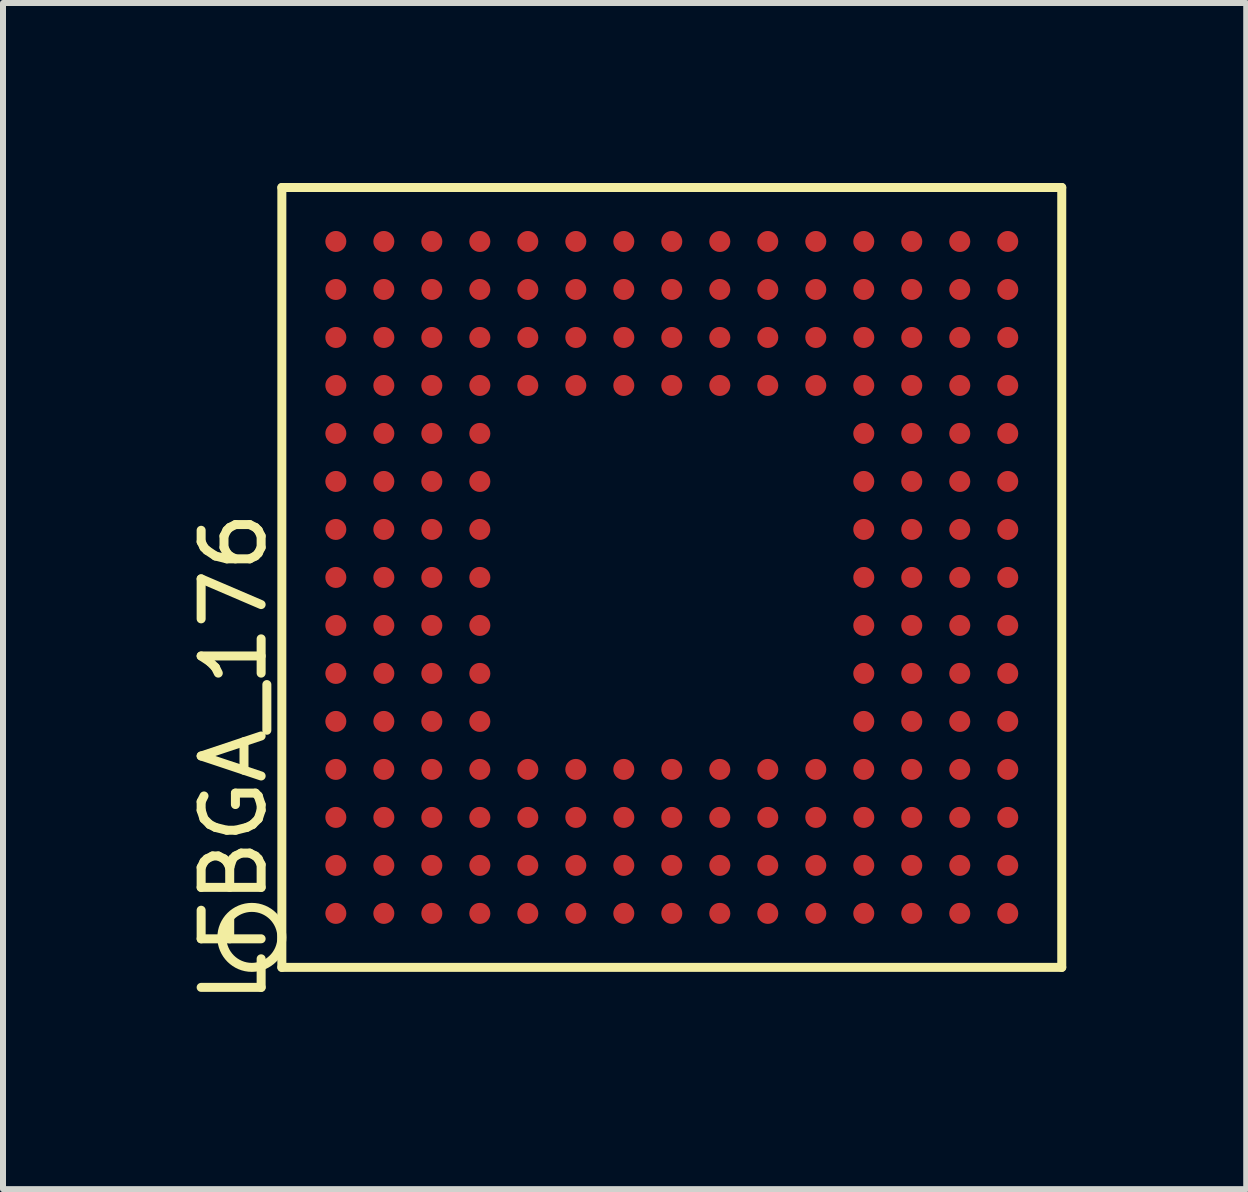
<source format=kicad_pcb>
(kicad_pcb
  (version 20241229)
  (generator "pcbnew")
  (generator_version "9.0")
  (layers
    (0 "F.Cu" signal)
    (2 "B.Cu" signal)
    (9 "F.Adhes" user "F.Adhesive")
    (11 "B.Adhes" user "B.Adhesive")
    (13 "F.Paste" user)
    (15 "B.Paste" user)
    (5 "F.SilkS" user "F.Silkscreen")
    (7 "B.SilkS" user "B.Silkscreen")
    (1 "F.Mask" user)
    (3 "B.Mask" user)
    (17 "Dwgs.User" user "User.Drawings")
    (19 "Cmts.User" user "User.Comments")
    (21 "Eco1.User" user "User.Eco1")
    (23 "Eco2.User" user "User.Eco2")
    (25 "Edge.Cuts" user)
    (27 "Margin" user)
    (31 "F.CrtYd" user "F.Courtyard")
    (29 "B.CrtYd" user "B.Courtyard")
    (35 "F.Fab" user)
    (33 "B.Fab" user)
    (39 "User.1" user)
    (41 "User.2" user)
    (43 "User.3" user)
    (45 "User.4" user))
  (footprint "LFBGA_176"
    (layer "F.Cu")
    (at 8.148 6.575)
    (property "Reference" "LFBGA_176" (at -7.3 3 90) (layer "F.SilkS") (effects (font (size 1 1) (thickness 0.15))))
    (attr through_hole)
    (fp_line (start -6.5 -6.5) (end 6.5 -6.5) (stroke (width 0.15) (type solid)) (layer "F.SilkS"))
    (fp_line (start -6.5 6.5) (end -6.5 -6.5) (stroke (width 0.15) (type solid)) (layer "F.SilkS"))
    (fp_line (start 6.5 -6.5) (end 6.5 6.5) (stroke (width 0.15) (type solid)) (layer "F.SilkS"))
    (fp_line (start 6.5 6.5) (end -6.5 6.5) (stroke (width 0.15) (type solid)) (layer "F.SilkS"))
    (fp_circle (center -7 6) (end -6.5 6) (stroke (width 0.15) (type solid)) (fill no) (layer "F.SilkS"))
    (pad "A1" smd circle (at -5.6 5.6 180) (size 0.35 0.35) (layers "F.Cu" "F.Mask" "F.Paste"))
    (pad "A2" smd circle (at -5.6 4.8 180) (size 0.35 0.35) (layers "F.Cu" "F.Mask" "F.Paste"))
    (pad "A3" smd circle (at -5.6 4 180) (size 0.35 0.35) (layers "F.Cu" "F.Mask" "F.Paste"))
    (pad "A4" smd circle (at -5.6 3.2 180) (size 0.35 0.35) (layers "F.Cu" "F.Mask" "F.Paste"))
    (pad "A5" smd circle (at -5.6 2.4 180) (size 0.35 0.35) (layers "F.Cu" "F.Mask" "F.Paste"))
    (pad "A6" smd circle (at -5.6 1.6 180) (size 0.35 0.35) (layers "F.Cu" "F.Mask" "F.Paste"))
    (pad "A7" smd circle (at -5.6 0.8 180) (size 0.35 0.35) (layers "F.Cu" "F.Mask" "F.Paste"))
    (pad "A8" smd circle (at -5.6 0 180) (size 0.35 0.35) (layers "F.Cu" "F.Mask" "F.Paste"))
    (pad "A9" smd circle (at -5.6 -0.8 180) (size 0.35 0.35) (layers "F.Cu" "F.Mask" "F.Paste"))
    (pad "A10" smd circle (at -5.6 -1.6 180) (size 0.35 0.35) (layers "F.Cu" "F.Mask" "F.Paste"))
    (pad "A11" smd circle (at -5.6 -2.4 180) (size 0.35 0.35) (layers "F.Cu" "F.Mask" "F.Paste"))
    (pad "A12" smd circle (at -5.6 -3.2 180) (size 0.35 0.35) (layers "F.Cu" "F.Mask" "F.Paste"))
    (pad "A13" smd circle (at -5.6 -4 180) (size 0.35 0.35) (layers "F.Cu" "F.Mask" "F.Paste"))
    (pad "A14" smd circle (at -5.6 -4.8 180) (size 0.35 0.35) (layers "F.Cu" "F.Mask" "F.Paste"))
    (pad "A15" smd circle (at -5.6 -5.6 180) (size 0.35 0.35) (layers "F.Cu" "F.Mask" "F.Paste"))
    (pad "B1" smd circle (at -4.8 5.6 180) (size 0.35 0.35) (layers "F.Cu" "F.Mask" "F.Paste"))
    (pad "B2" smd circle (at -4.8 4.8 180) (size 0.35 0.35) (layers "F.Cu" "F.Mask" "F.Paste"))
    (pad "B3" smd circle (at -4.8 4 180) (size 0.35 0.35) (layers "F.Cu" "F.Mask" "F.Paste"))
    (pad "B4" smd circle (at -4.8 3.2 180) (size 0.35 0.35) (layers "F.Cu" "F.Mask" "F.Paste"))
    (pad "B5" smd circle (at -4.8 2.4 180) (size 0.35 0.35) (layers "F.Cu" "F.Mask" "F.Paste"))
    (pad "B6" smd circle (at -4.8 1.6 180) (size 0.35 0.35) (layers "F.Cu" "F.Mask" "F.Paste"))
    (pad "B7" smd circle (at -4.8 0.8 180) (size 0.35 0.35) (layers "F.Cu" "F.Mask" "F.Paste"))
    (pad "B8" smd circle (at -4.8 0 180) (size 0.35 0.35) (layers "F.Cu" "F.Mask" "F.Paste"))
    (pad "B9" smd circle (at -4.8 -0.8 180) (size 0.35 0.35) (layers "F.Cu" "F.Mask" "F.Paste"))
    (pad "B10" smd circle (at -4.8 -1.6 180) (size 0.35 0.35) (layers "F.Cu" "F.Mask" "F.Paste"))
    (pad "B11" smd circle (at -4.8 -2.4 180) (size 0.35 0.35) (layers "F.Cu" "F.Mask" "F.Paste"))
    (pad "B12" smd circle (at -4.8 -3.2 180) (size 0.35 0.35) (layers "F.Cu" "F.Mask" "F.Paste"))
    (pad "B13" smd circle (at -4.8 -4 180) (size 0.35 0.35) (layers "F.Cu" "F.Mask" "F.Paste"))
    (pad "B14" smd circle (at -4.8 -4.8 180) (size 0.35 0.35) (layers "F.Cu" "F.Mask" "F.Paste"))
    (pad "B15" smd circle (at -4.8 -5.6 180) (size 0.35 0.35) (layers "F.Cu" "F.Mask" "F.Paste"))
    (pad "C1" smd circle (at -4 5.6 180) (size 0.35 0.35) (layers "F.Cu" "F.Mask" "F.Paste"))
    (pad "C2" smd circle (at -4 4.8 180) (size 0.35 0.35) (layers "F.Cu" "F.Mask" "F.Paste"))
    (pad "C3" smd circle (at -4 4 180) (size 0.35 0.35) (layers "F.Cu" "F.Mask" "F.Paste"))
    (pad "C4" smd circle (at -4 3.2 180) (size 0.35 0.35) (layers "F.Cu" "F.Mask" "F.Paste"))
    (pad "C5" smd circle (at -4 2.4 180) (size 0.35 0.35) (layers "F.Cu" "F.Mask" "F.Paste"))
    (pad "C6" smd circle (at -4 1.6 180) (size 0.35 0.35) (layers "F.Cu" "F.Mask" "F.Paste"))
    (pad "C7" smd circle (at -4 0.8 180) (size 0.35 0.35) (layers "F.Cu" "F.Mask" "F.Paste"))
    (pad "C8" smd circle (at -4 0 180) (size 0.35 0.35) (layers "F.Cu" "F.Mask" "F.Paste"))
    (pad "C9" smd circle (at -4 -0.8 180) (size 0.35 0.35) (layers "F.Cu" "F.Mask" "F.Paste"))
    (pad "C10" smd circle (at -4 -1.6 180) (size 0.35 0.35) (layers "F.Cu" "F.Mask" "F.Paste"))
    (pad "C11" smd circle (at -4 -2.4 180) (size 0.35 0.35) (layers "F.Cu" "F.Mask" "F.Paste"))
    (pad "C12" smd circle (at -4 -3.2 180) (size 0.35 0.35) (layers "F.Cu" "F.Mask" "F.Paste"))
    (pad "C13" smd circle (at -4 -4 180) (size 0.35 0.35) (layers "F.Cu" "F.Mask" "F.Paste"))
    (pad "C14" smd circle (at -4 -4.8 180) (size 0.35 0.35) (layers "F.Cu" "F.Mask" "F.Paste"))
    (pad "C15" smd circle (at -4 -5.6 180) (size 0.35 0.35) (layers "F.Cu" "F.Mask" "F.Paste"))
    (pad "D1" smd circle (at -3.2 5.6 180) (size 0.35 0.35) (layers "F.Cu" "F.Mask" "F.Paste"))
    (pad "D2" smd circle (at -3.2 4.8 180) (size 0.35 0.35) (layers "F.Cu" "F.Mask" "F.Paste"))
    (pad "D3" smd circle (at -3.2 4 180) (size 0.35 0.35) (layers "F.Cu" "F.Mask" "F.Paste"))
    (pad "D4" smd circle (at -3.2 3.2 180) (size 0.35 0.35) (layers "F.Cu" "F.Mask" "F.Paste"))
    (pad "D5" smd circle (at -3.2 2.4 180) (size 0.35 0.35) (layers "F.Cu" "F.Mask" "F.Paste"))
    (pad "D6" smd circle (at -3.2 1.6 180) (size 0.35 0.35) (layers "F.Cu" "F.Mask" "F.Paste"))
    (pad "D7" smd circle (at -3.2 0.8 180) (size 0.35 0.35) (layers "F.Cu" "F.Mask" "F.Paste"))
    (pad "D8" smd circle (at -3.2 0 180) (size 0.35 0.35) (layers "F.Cu" "F.Mask" "F.Paste"))
    (pad "D9" smd circle (at -3.2 -0.8 180) (size 0.35 0.35) (layers "F.Cu" "F.Mask" "F.Paste"))
    (pad "D10" smd circle (at -3.2 -1.6 180) (size 0.35 0.35) (layers "F.Cu" "F.Mask" "F.Paste"))
    (pad "D11" smd circle (at -3.2 -2.4 180) (size 0.35 0.35) (layers "F.Cu" "F.Mask" "F.Paste"))
    (pad "D12" smd circle (at -3.2 -3.2 180) (size 0.35 0.35) (layers "F.Cu" "F.Mask" "F.Paste"))
    (pad "D13" smd circle (at -3.2 -4 180) (size 0.35 0.35) (layers "F.Cu" "F.Mask" "F.Paste"))
    (pad "D14" smd circle (at -3.2 -4.8 180) (size 0.35 0.35) (layers "F.Cu" "F.Mask" "F.Paste"))
    (pad "D15" smd circle (at -3.2 -5.6 180) (size 0.35 0.35) (layers "F.Cu" "F.Mask" "F.Paste"))
    (pad "E1" smd circle (at -2.4 5.6 180) (size 0.35 0.35) (layers "F.Cu" "F.Mask" "F.Paste"))
    (pad "E2" smd circle (at -2.4 4.8 180) (size 0.35 0.35) (layers "F.Cu" "F.Mask" "F.Paste"))
    (pad "E3" smd circle (at -2.4 4 180) (size 0.35 0.35) (layers "F.Cu" "F.Mask" "F.Paste"))
    (pad "E4" smd circle (at -2.4 3.2 180) (size 0.35 0.35) (layers "F.Cu" "F.Mask" "F.Paste"))
    (pad "E12" smd circle (at -2.4 -3.2 180) (size 0.35 0.35) (layers "F.Cu" "F.Mask" "F.Paste"))
    (pad "E13" smd circle (at -2.4 -4 180) (size 0.35 0.35) (layers "F.Cu" "F.Mask" "F.Paste"))
    (pad "E14" smd circle (at -2.4 -4.8 180) (size 0.35 0.35) (layers "F.Cu" "F.Mask" "F.Paste"))
    (pad "E15" smd circle (at -2.4 -5.6 180) (size 0.35 0.35) (layers "F.Cu" "F.Mask" "F.Paste"))
    (pad "F1" smd circle (at -1.6 5.6 180) (size 0.35 0.35) (layers "F.Cu" "F.Mask" "F.Paste"))
    (pad "F2" smd circle (at -1.6 4.8 180) (size 0.35 0.35) (layers "F.Cu" "F.Mask" "F.Paste"))
    (pad "F3" smd circle (at -1.6 4 180) (size 0.35 0.35) (layers "F.Cu" "F.Mask" "F.Paste"))
    (pad "F4" smd circle (at -1.6 3.2 180) (size 0.35 0.35) (layers "F.Cu" "F.Mask" "F.Paste"))
    (pad "F12" smd circle (at -1.6 -3.2 180) (size 0.35 0.35) (layers "F.Cu" "F.Mask" "F.Paste"))
    (pad "F13" smd circle (at -1.6 -4 180) (size 0.35 0.35) (layers "F.Cu" "F.Mask" "F.Paste"))
    (pad "F14" smd circle (at -1.6 -4.8 180) (size 0.35 0.35) (layers "F.Cu" "F.Mask" "F.Paste"))
    (pad "F15" smd circle (at -1.6 -5.6 180) (size 0.35 0.35) (layers "F.Cu" "F.Mask" "F.Paste"))
    (pad "G1" smd circle (at -0.8 5.6 180) (size 0.35 0.35) (layers "F.Cu" "F.Mask" "F.Paste"))
    (pad "G2" smd circle (at -0.8 4.8 180) (size 0.35 0.35) (layers "F.Cu" "F.Mask" "F.Paste"))
    (pad "G3" smd circle (at -0.8 4 180) (size 0.35 0.35) (layers "F.Cu" "F.Mask" "F.Paste"))
    (pad "G4" smd circle (at -0.8 3.2 180) (size 0.35 0.35) (layers "F.Cu" "F.Mask" "F.Paste"))
    (pad "G12" smd circle (at -0.8 -3.2 180) (size 0.35 0.35) (layers "F.Cu" "F.Mask" "F.Paste"))
    (pad "G13" smd circle (at -0.8 -4 180) (size 0.35 0.35) (layers "F.Cu" "F.Mask" "F.Paste"))
    (pad "G14" smd circle (at -0.8 -4.8 180) (size 0.35 0.35) (layers "F.Cu" "F.Mask" "F.Paste"))
    (pad "G15" smd circle (at -0.8 -5.6 180) (size 0.35 0.35) (layers "F.Cu" "F.Mask" "F.Paste"))
    (pad "H1" smd circle (at 0 5.6 180) (size 0.35 0.35) (layers "F.Cu" "F.Mask" "F.Paste"))
    (pad "H2" smd circle (at 0 4.8 180) (size 0.35 0.35) (layers "F.Cu" "F.Mask" "F.Paste"))
    (pad "H3" smd circle (at 0 4 180) (size 0.35 0.35) (layers "F.Cu" "F.Mask" "F.Paste"))
    (pad "H4" smd circle (at 0 3.2 180) (size 0.35 0.35) (layers "F.Cu" "F.Mask" "F.Paste"))
    (pad "H12" smd circle (at 0 -3.2 180) (size 0.35 0.35) (layers "F.Cu" "F.Mask" "F.Paste"))
    (pad "H13" smd circle (at 0 -4 180) (size 0.35 0.35) (layers "F.Cu" "F.Mask" "F.Paste"))
    (pad "H14" smd circle (at 0 -4.8 180) (size 0.35 0.35) (layers "F.Cu" "F.Mask" "F.Paste"))
    (pad "H15" smd circle (at 0 -5.6 180) (size 0.35 0.35) (layers "F.Cu" "F.Mask" "F.Paste"))
    (pad "J1" smd circle (at 0.8 5.6 180) (size 0.35 0.35) (layers "F.Cu" "F.Mask" "F.Paste"))
    (pad "J2" smd circle (at 0.8 4.8 180) (size 0.35 0.35) (layers "F.Cu" "F.Mask" "F.Paste"))
    (pad "J3" smd circle (at 0.8 4 180) (size 0.35 0.35) (layers "F.Cu" "F.Mask" "F.Paste"))
    (pad "J4" smd circle (at 0.8 3.2 180) (size 0.35 0.35) (layers "F.Cu" "F.Mask" "F.Paste"))
    (pad "J12" smd circle (at 0.8 -3.2 180) (size 0.35 0.35) (layers "F.Cu" "F.Mask" "F.Paste"))
    (pad "J13" smd circle (at 0.8 -4 180) (size 0.35 0.35) (layers "F.Cu" "F.Mask" "F.Paste"))
    (pad "J14" smd circle (at 0.8 -4.8 180) (size 0.35 0.35) (layers "F.Cu" "F.Mask" "F.Paste"))
    (pad "J15" smd circle (at 0.8 -5.6 180) (size 0.35 0.35) (layers "F.Cu" "F.Mask" "F.Paste"))
    (pad "K1" smd circle (at 1.6 5.6 180) (size 0.35 0.35) (layers "F.Cu" "F.Mask" "F.Paste"))
    (pad "K2" smd circle (at 1.6 4.8 180) (size 0.35 0.35) (layers "F.Cu" "F.Mask" "F.Paste"))
    (pad "K3" smd circle (at 1.6 4 180) (size 0.35 0.35) (layers "F.Cu" "F.Mask" "F.Paste"))
    (pad "K4" smd circle (at 1.6 3.2 180) (size 0.35 0.35) (layers "F.Cu" "F.Mask" "F.Paste"))
    (pad "K12" smd circle (at 1.6 -3.2 180) (size 0.35 0.35) (layers "F.Cu" "F.Mask" "F.Paste"))
    (pad "K13" smd circle (at 1.6 -4 180) (size 0.35 0.35) (layers "F.Cu" "F.Mask" "F.Paste"))
    (pad "K14" smd circle (at 1.6 -4.8 180) (size 0.35 0.35) (layers "F.Cu" "F.Mask" "F.Paste"))
    (pad "K15" smd circle (at 1.6 -5.6 180) (size 0.35 0.35) (layers "F.Cu" "F.Mask" "F.Paste"))
    (pad "L1" smd circle (at 2.4 5.6 180) (size 0.35 0.35) (layers "F.Cu" "F.Mask" "F.Paste"))
    (pad "L2" smd circle (at 2.4 4.8 180) (size 0.35 0.35) (layers "F.Cu" "F.Mask" "F.Paste"))
    (pad "L3" smd circle (at 2.4 4 180) (size 0.35 0.35) (layers "F.Cu" "F.Mask" "F.Paste"))
    (pad "L4" smd circle (at 2.4 3.2 180) (size 0.35 0.35) (layers "F.Cu" "F.Mask" "F.Paste"))
    (pad "L12" smd circle (at 2.4 -3.2 180) (size 0.35 0.35) (layers "F.Cu" "F.Mask" "F.Paste"))
    (pad "L13" smd circle (at 2.4 -4 180) (size 0.35 0.35) (layers "F.Cu" "F.Mask" "F.Paste"))
    (pad "L14" smd circle (at 2.4 -4.8 180) (size 0.35 0.35) (layers "F.Cu" "F.Mask" "F.Paste"))
    (pad "L15" smd circle (at 2.4 -5.6 180) (size 0.35 0.35) (layers "F.Cu" "F.Mask" "F.Paste"))
    (pad "M1" smd circle (at 3.2 5.6 180) (size 0.35 0.35) (layers "F.Cu" "F.Mask" "F.Paste"))
    (pad "M2" smd circle (at 3.2 4.8 180) (size 0.35 0.35) (layers "F.Cu" "F.Mask" "F.Paste"))
    (pad "M3" smd circle (at 3.2 4 180) (size 0.35 0.35) (layers "F.Cu" "F.Mask" "F.Paste"))
    (pad "M4" smd circle (at 3.2 3.2 180) (size 0.35 0.35) (layers "F.Cu" "F.Mask" "F.Paste"))
    (pad "M5" smd circle (at 3.2 2.4 180) (size 0.35 0.35) (layers "F.Cu" "F.Mask" "F.Paste"))
    (pad "M6" smd circle (at 3.2 1.6 180) (size 0.35 0.35) (layers "F.Cu" "F.Mask" "F.Paste"))
    (pad "M7" smd circle (at 3.2 0.8 180) (size 0.35 0.35) (layers "F.Cu" "F.Mask" "F.Paste"))
    (pad "M8" smd circle (at 3.2 0 180) (size 0.35 0.35) (layers "F.Cu" "F.Mask" "F.Paste"))
    (pad "M9" smd circle (at 3.2 -0.8 180) (size 0.35 0.35) (layers "F.Cu" "F.Mask" "F.Paste"))
    (pad "M10" smd circle (at 3.2 -1.6 180) (size 0.35 0.35) (layers "F.Cu" "F.Mask" "F.Paste"))
    (pad "M11" smd circle (at 3.2 -2.4 180) (size 0.35 0.35) (layers "F.Cu" "F.Mask" "F.Paste"))
    (pad "M12" smd circle (at 3.2 -3.2 180) (size 0.35 0.35) (layers "F.Cu" "F.Mask" "F.Paste"))
    (pad "M13" smd circle (at 3.2 -4 180) (size 0.35 0.35) (layers "F.Cu" "F.Mask" "F.Paste"))
    (pad "M14" smd circle (at 3.2 -4.8 180) (size 0.35 0.35) (layers "F.Cu" "F.Mask" "F.Paste"))
    (pad "M15" smd circle (at 3.2 -5.6 180) (size 0.35 0.35) (layers "F.Cu" "F.Mask" "F.Paste"))
    (pad "N1" smd circle (at 4 5.6 180) (size 0.35 0.35) (layers "F.Cu" "F.Mask" "F.Paste"))
    (pad "N2" smd circle (at 4 4.8 180) (size 0.35 0.35) (layers "F.Cu" "F.Mask" "F.Paste"))
    (pad "N3" smd circle (at 4 4 180) (size 0.35 0.35) (layers "F.Cu" "F.Mask" "F.Paste"))
    (pad "N4" smd circle (at 4 3.2 180) (size 0.35 0.35) (layers "F.Cu" "F.Mask" "F.Paste"))
    (pad "N5" smd circle (at 4 2.4 180) (size 0.35 0.35) (layers "F.Cu" "F.Mask" "F.Paste"))
    (pad "N6" smd circle (at 4 1.6 180) (size 0.35 0.35) (layers "F.Cu" "F.Mask" "F.Paste"))
    (pad "N7" smd circle (at 4 0.8 180) (size 0.35 0.35) (layers "F.Cu" "F.Mask" "F.Paste"))
    (pad "N8" smd circle (at 4 0 180) (size 0.35 0.35) (layers "F.Cu" "F.Mask" "F.Paste"))
    (pad "N9" smd circle (at 4 -0.8 180) (size 0.35 0.35) (layers "F.Cu" "F.Mask" "F.Paste"))
    (pad "N10" smd circle (at 4 -1.6 180) (size 0.35 0.35) (layers "F.Cu" "F.Mask" "F.Paste"))
    (pad "N11" smd circle (at 4 -2.4 180) (size 0.35 0.35) (layers "F.Cu" "F.Mask" "F.Paste"))
    (pad "N12" smd circle (at 4 -3.2 180) (size 0.35 0.35) (layers "F.Cu" "F.Mask" "F.Paste"))
    (pad "N13" smd circle (at 4 -4 180) (size 0.35 0.35) (layers "F.Cu" "F.Mask" "F.Paste"))
    (pad "N14" smd circle (at 4 -4.8 180) (size 0.35 0.35) (layers "F.Cu" "F.Mask" "F.Paste"))
    (pad "N15" smd circle (at 4 -5.6 180) (size 0.35 0.35) (layers "F.Cu" "F.Mask" "F.Paste"))
    (pad "P1" smd circle (at 4.8 5.6 180) (size 0.35 0.35) (layers "F.Cu" "F.Mask" "F.Paste"))
    (pad "P2" smd circle (at 4.8 4.8 180) (size 0.35 0.35) (layers "F.Cu" "F.Mask" "F.Paste"))
    (pad "P3" smd circle (at 4.8 4 180) (size 0.35 0.35) (layers "F.Cu" "F.Mask" "F.Paste"))
    (pad "P4" smd circle (at 4.8 3.2 180) (size 0.35 0.35) (layers "F.Cu" "F.Mask" "F.Paste"))
    (pad "P5" smd circle (at 4.8 2.4 180) (size 0.35 0.35) (layers "F.Cu" "F.Mask" "F.Paste"))
    (pad "P6" smd circle (at 4.8 1.6 180) (size 0.35 0.35) (layers "F.Cu" "F.Mask" "F.Paste"))
    (pad "P7" smd circle (at 4.8 0.8 180) (size 0.35 0.35) (layers "F.Cu" "F.Mask" "F.Paste"))
    (pad "P8" smd circle (at 4.8 0 180) (size 0.35 0.35) (layers "F.Cu" "F.Mask" "F.Paste"))
    (pad "P9" smd circle (at 4.8 -0.8 180) (size 0.35 0.35) (layers "F.Cu" "F.Mask" "F.Paste"))
    (pad "P10" smd circle (at 4.8 -1.6 180) (size 0.35 0.35) (layers "F.Cu" "F.Mask" "F.Paste"))
    (pad "P11" smd circle (at 4.8 -2.4 180) (size 0.35 0.35) (layers "F.Cu" "F.Mask" "F.Paste"))
    (pad "P12" smd circle (at 4.8 -3.2 180) (size 0.35 0.35) (layers "F.Cu" "F.Mask" "F.Paste"))
    (pad "P13" smd circle (at 4.8 -4 180) (size 0.35 0.35) (layers "F.Cu" "F.Mask" "F.Paste"))
    (pad "P14" smd circle (at 4.8 -4.8 180) (size 0.35 0.35) (layers "F.Cu" "F.Mask" "F.Paste"))
    (pad "P15" smd circle (at 4.8 -5.6 180) (size 0.35 0.35) (layers "F.Cu" "F.Mask" "F.Paste"))
    (pad "R1" smd circle (at 5.6 5.6 180) (size 0.35 0.35) (layers "F.Cu" "F.Mask" "F.Paste"))
    (pad "R2" smd circle (at 5.6 4.8 180) (size 0.35 0.35) (layers "F.Cu" "F.Mask" "F.Paste"))
    (pad "R3" smd circle (at 5.6 4 180) (size 0.35 0.35) (layers "F.Cu" "F.Mask" "F.Paste"))
    (pad "R4" smd circle (at 5.6 3.2 180) (size 0.35 0.35) (layers "F.Cu" "F.Mask" "F.Paste"))
    (pad "R5" smd circle (at 5.6 2.4 180) (size 0.35 0.35) (layers "F.Cu" "F.Mask" "F.Paste"))
    (pad "R6" smd circle (at 5.6 1.6 180) (size 0.35 0.35) (layers "F.Cu" "F.Mask" "F.Paste"))
    (pad "R7" smd circle (at 5.6 0.8 180) (size 0.35 0.35) (layers "F.Cu" "F.Mask" "F.Paste"))
    (pad "R8" smd circle (at 5.6 0 180) (size 0.35 0.35) (layers "F.Cu" "F.Mask" "F.Paste"))
    (pad "R9" smd circle (at 5.6 -0.8 180) (size 0.35 0.35) (layers "F.Cu" "F.Mask" "F.Paste"))
    (pad "R10" smd circle (at 5.6 -1.6 180) (size 0.35 0.35) (layers "F.Cu" "F.Mask" "F.Paste"))
    (pad "R11" smd circle (at 5.6 -2.4 180) (size 0.35 0.35) (layers "F.Cu" "F.Mask" "F.Paste"))
    (pad "R12" smd circle (at 5.6 -3.2 180) (size 0.35 0.35) (layers "F.Cu" "F.Mask" "F.Paste"))
    (pad "R13" smd circle (at 5.6 -4 180) (size 0.35 0.35) (layers "F.Cu" "F.Mask" "F.Paste"))
    (pad "R14" smd circle (at 5.6 -4.8 180) (size 0.35 0.35) (layers "F.Cu" "F.Mask" "F.Paste"))
    (pad "R15" smd circle (at 5.6 -5.6 180) (size 0.35 0.35) (layers "F.Cu" "F.Mask" "F.Paste")))
  (gr_rect
    (start -3 -3)
    (end 17.723 16.771)
    (stroke (width 0.1) (type default))
    (fill no)
    (layer "Edge.Cuts")))
</source>
